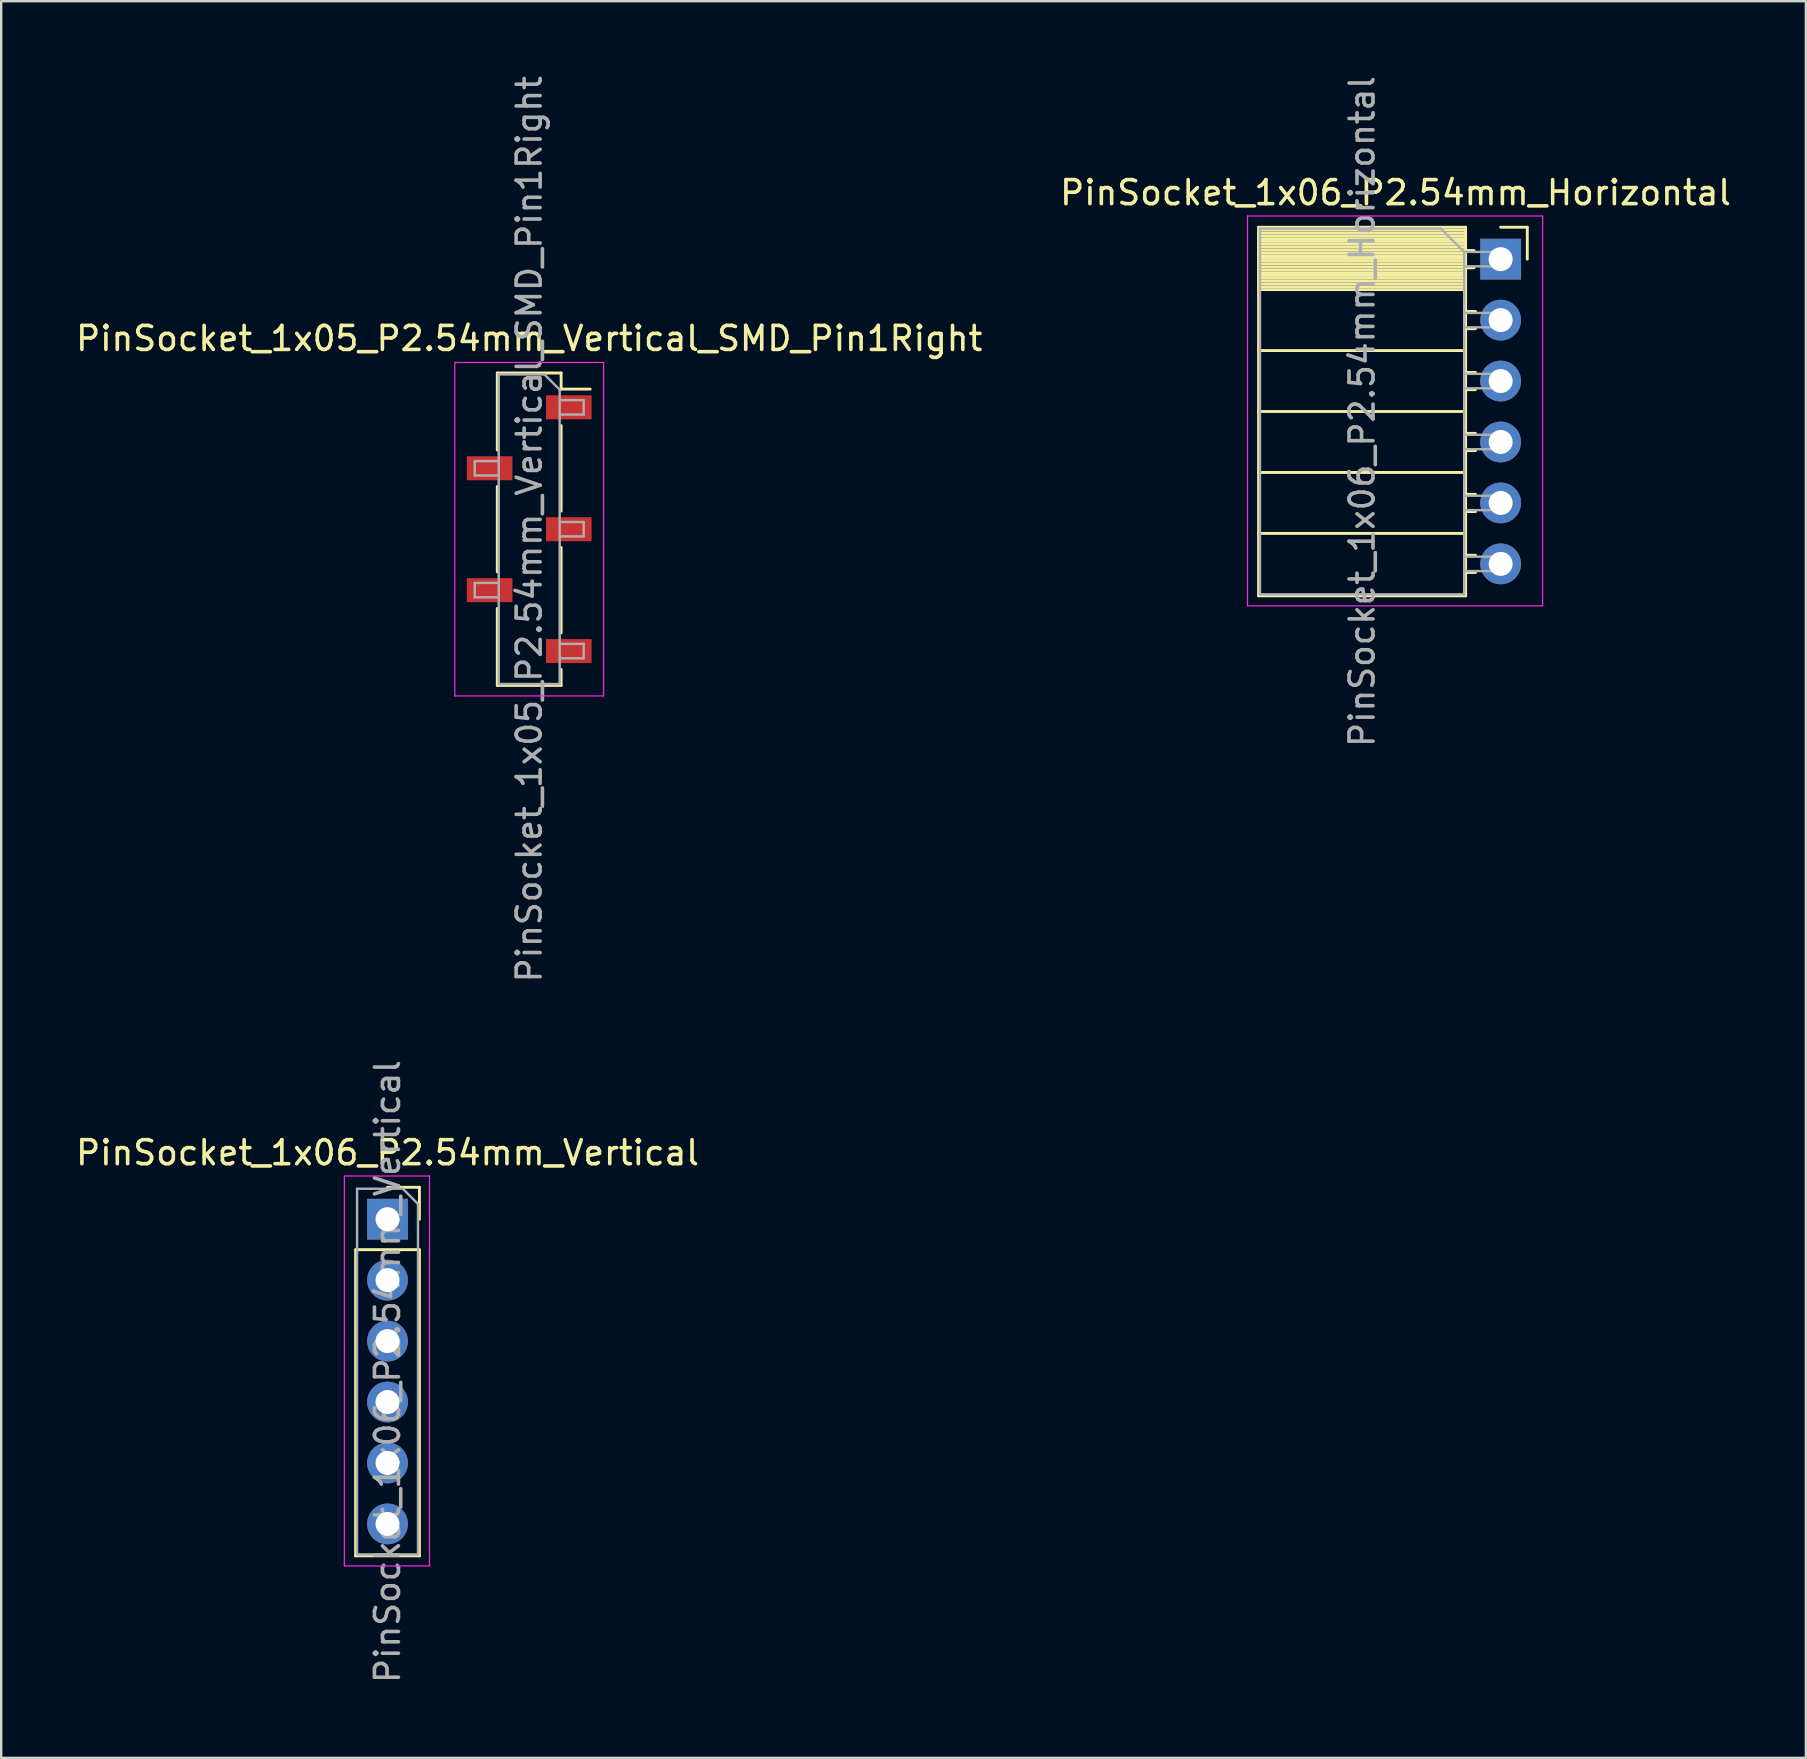
<source format=kicad_pcb>
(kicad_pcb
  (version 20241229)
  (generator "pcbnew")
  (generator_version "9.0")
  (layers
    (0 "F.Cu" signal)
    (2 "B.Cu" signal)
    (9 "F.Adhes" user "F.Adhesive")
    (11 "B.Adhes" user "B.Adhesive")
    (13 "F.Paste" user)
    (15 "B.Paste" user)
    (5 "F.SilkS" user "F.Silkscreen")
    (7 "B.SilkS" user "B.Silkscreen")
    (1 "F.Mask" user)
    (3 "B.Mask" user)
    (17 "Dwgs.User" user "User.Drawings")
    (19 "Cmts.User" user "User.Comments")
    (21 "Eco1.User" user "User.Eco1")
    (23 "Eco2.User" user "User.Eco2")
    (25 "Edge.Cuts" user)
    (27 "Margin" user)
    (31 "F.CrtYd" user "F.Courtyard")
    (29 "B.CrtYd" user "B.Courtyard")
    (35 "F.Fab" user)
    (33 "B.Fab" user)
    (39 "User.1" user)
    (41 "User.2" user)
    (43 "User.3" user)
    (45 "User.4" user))
  (footprint "PinSocket_1x05_P2.54mm_Vertical_SMD_Pin1Right"
    (layer "F.Cu")
    (at 19.006 19.006)
    (property "Reference" "PinSocket_1x05_P2.54mm_Vertical_SMD_Pin1Right" (at 0 -7.95 0) (layer "F.SilkS") (effects (font (size 1 1) (thickness 0.15))))
    (attr smd)
    (fp_line (start -1.33 -6.51) (end -1.33 -3.3) (stroke (width 0.12) (type solid)) (layer "F.SilkS"))
    (fp_line (start -1.33 -6.51) (end 1.33 -6.51) (stroke (width 0.12) (type solid)) (layer "F.SilkS"))
    (fp_line (start -1.33 -1.78) (end -1.33 1.78) (stroke (width 0.12) (type solid)) (layer "F.SilkS"))
    (fp_line (start -1.33 3.3) (end -1.33 6.51) (stroke (width 0.12) (type solid)) (layer "F.SilkS"))
    (fp_line (start -1.33 6.51) (end 1.33 6.51) (stroke (width 0.12) (type solid)) (layer "F.SilkS"))
    (fp_line (start 1.33 -6.51) (end 1.33 -5.84) (stroke (width 0.12) (type solid)) (layer "F.SilkS"))
    (fp_line (start 1.33 -5.84) (end 2.54 -5.84) (stroke (width 0.12) (type solid)) (layer "F.SilkS"))
    (fp_line (start 1.33 -4.32) (end 1.33 -0.76) (stroke (width 0.12) (type solid)) (layer "F.SilkS"))
    (fp_line (start 1.33 0.76) (end 1.33 4.32) (stroke (width 0.12) (type solid)) (layer "F.SilkS"))
    (fp_line (start 1.33 5.84) (end 1.33 6.51) (stroke (width 0.12) (type solid)) (layer "F.SilkS"))
    (fp_line (start -3.1 -6.95) (end 3.1 -6.95) (stroke (width 0.05) (type solid)) (layer "F.CrtYd"))
    (fp_line (start -3.1 6.95) (end -3.1 -6.95) (stroke (width 0.05) (type solid)) (layer "F.CrtYd"))
    (fp_line (start 3.1 -6.95) (end 3.1 6.95) (stroke (width 0.05) (type solid)) (layer "F.CrtYd"))
    (fp_line (start 3.1 6.95) (end -3.1 6.95) (stroke (width 0.05) (type solid)) (layer "F.CrtYd"))
    (fp_line (start -2.27 -2.84) (end -1.27 -2.84) (stroke (width 0.1) (type solid)) (layer "F.Fab"))
    (fp_line (start -2.27 -2.24) (end -2.27 -2.84) (stroke (width 0.1) (type solid)) (layer "F.Fab"))
    (fp_line (start -2.27 2.24) (end -1.27 2.24) (stroke (width 0.1) (type solid)) (layer "F.Fab"))
    (fp_line (start -2.27 2.84) (end -2.27 2.24) (stroke (width 0.1) (type solid)) (layer "F.Fab"))
    (fp_line (start -1.27 -6.45) (end 0.635 -6.45) (stroke (width 0.1) (type solid)) (layer "F.Fab"))
    (fp_line (start -1.27 -2.24) (end -2.27 -2.24) (stroke (width 0.1) (type solid)) (layer "F.Fab"))
    (fp_line (start -1.27 2.84) (end -2.27 2.84) (stroke (width 0.1) (type solid)) (layer "F.Fab"))
    (fp_line (start -1.27 6.45) (end -1.27 -6.45) (stroke (width 0.1) (type solid)) (layer "F.Fab"))
    (fp_line (start 0.635 -6.45) (end 1.27 -5.815) (stroke (width 0.1) (type solid)) (layer "F.Fab"))
    (fp_line (start 1.27 -5.815) (end 1.27 6.45) (stroke (width 0.1) (type solid)) (layer "F.Fab"))
    (fp_line (start 1.27 -5.38) (end 2.27 -5.38) (stroke (width 0.1) (type solid)) (layer "F.Fab"))
    (fp_line (start 1.27 -0.3) (end 2.27 -0.3) (stroke (width 0.1) (type solid)) (layer "F.Fab"))
    (fp_line (start 1.27 4.78) (end 2.27 4.78) (stroke (width 0.1) (type solid)) (layer "F.Fab"))
    (fp_line (start 1.27 6.45) (end -1.27 6.45) (stroke (width 0.1) (type solid)) (layer "F.Fab"))
    (fp_line (start 2.27 -5.38) (end 2.27 -4.78) (stroke (width 0.1) (type solid)) (layer "F.Fab"))
    (fp_line (start 2.27 -4.78) (end 1.27 -4.78) (stroke (width 0.1) (type solid)) (layer "F.Fab"))
    (fp_line (start 2.27 -0.3) (end 2.27 0.3) (stroke (width 0.1) (type solid)) (layer "F.Fab"))
    (fp_line (start 2.27 0.3) (end 1.27 0.3) (stroke (width 0.1) (type solid)) (layer "F.Fab"))
    (fp_line (start 2.27 4.78) (end 2.27 5.38) (stroke (width 0.1) (type solid)) (layer "F.Fab"))
    (fp_line (start 2.27 5.38) (end 1.27 5.38) (stroke (width 0.1) (type solid)) (layer "F.Fab"))
    (fp_text user "${REFERENCE}" (at 0 0 90) (layer "F.Fab") (effects (font (size 1 1) (thickness 0.15))))
    (pad "1" smd rect (at 1.65 -5.08) (size 1.9 1) (layers "F.Cu" "F.Mask" "F.Paste"))
    (pad "2" smd rect (at -1.65 -2.54) (size 1.9 1) (layers "F.Cu" "F.Mask" "F.Paste"))
    (pad "3" smd rect (at 1.65 0) (size 1.9 1) (layers "F.Cu" "F.Mask" "F.Paste"))
    (pad "4" smd rect (at -1.65 2.54) (size 1.9 1) (layers "F.Cu" "F.Mask" "F.Paste"))
    (pad "5" smd rect (at 1.65 5.08) (size 1.9 1) (layers "F.Cu" "F.Mask" "F.Paste")))
  (footprint "PinSocket_1x06_P2.54mm_Horizontal"
    (layer "F.Cu")
    (at 59.493 7.751)
    (property "Reference" "PinSocket_1x06_P2.54mm_Horizontal" (at -4.38 -2.77 0) (layer "F.SilkS") (effects (font (size 1 1) (thickness 0.15))))
    (attr through_hole)
    (fp_line (start -10.09 -1.33) (end -10.09 14.03) (stroke (width 0.12) (type solid)) (layer "F.SilkS"))
    (fp_line (start -10.09 -1.33) (end -1.46 -1.33) (stroke (width 0.12) (type solid)) (layer "F.SilkS"))
    (fp_line (start -10.09 -1.21) (end -1.46 -1.21) (stroke (width 0.12) (type solid)) (layer "F.SilkS"))
    (fp_line (start -10.09 -1.092) (end -1.46 -1.092) (stroke (width 0.12) (type solid)) (layer "F.SilkS"))
    (fp_line (start -10.09 -0.974) (end -1.46 -0.974) (stroke (width 0.12) (type solid)) (layer "F.SilkS"))
    (fp_line (start -10.09 -0.856) (end -1.46 -0.856) (stroke (width 0.12) (type solid)) (layer "F.SilkS"))
    (fp_line (start -10.09 -0.738) (end -1.46 -0.738) (stroke (width 0.12) (type solid)) (layer "F.SilkS"))
    (fp_line (start -10.09 -0.62) (end -1.46 -0.62) (stroke (width 0.12) (type solid)) (layer "F.SilkS"))
    (fp_line (start -10.09 -0.501) (end -1.46 -0.501) (stroke (width 0.12) (type solid)) (layer "F.SilkS"))
    (fp_line (start -10.09 -0.383) (end -1.46 -0.383) (stroke (width 0.12) (type solid)) (layer "F.SilkS"))
    (fp_line (start -10.09 -0.265) (end -1.46 -0.265) (stroke (width 0.12) (type solid)) (layer "F.SilkS"))
    (fp_line (start -10.09 -0.147) (end -1.46 -0.147) (stroke (width 0.12) (type solid)) (layer "F.SilkS"))
    (fp_line (start -10.09 -0.029) (end -1.46 -0.029) (stroke (width 0.12) (type solid)) (layer "F.SilkS"))
    (fp_line (start -10.09 0.089) (end -1.46 0.089) (stroke (width 0.12) (type solid)) (layer "F.SilkS"))
    (fp_line (start -10.09 0.207) (end -1.46 0.207) (stroke (width 0.12) (type solid)) (layer "F.SilkS"))
    (fp_line (start -10.09 0.325) (end -1.46 0.325) (stroke (width 0.12) (type solid)) (layer "F.SilkS"))
    (fp_line (start -10.09 0.443) (end -1.46 0.443) (stroke (width 0.12) (type solid)) (layer "F.SilkS"))
    (fp_line (start -10.09 0.561) (end -1.46 0.561) (stroke (width 0.12) (type solid)) (layer "F.SilkS"))
    (fp_line (start -10.09 0.68) (end -1.46 0.68) (stroke (width 0.12) (type solid)) (layer "F.SilkS"))
    (fp_line (start -10.09 0.798) (end -1.46 0.798) (stroke (width 0.12) (type solid)) (layer "F.SilkS"))
    (fp_line (start -10.09 0.916) (end -1.46 0.916) (stroke (width 0.12) (type solid)) (layer "F.SilkS"))
    (fp_line (start -10.09 1.034) (end -1.46 1.034) (stroke (width 0.12) (type solid)) (layer "F.SilkS"))
    (fp_line (start -10.09 1.152) (end -1.46 1.152) (stroke (width 0.12) (type solid)) (layer "F.SilkS"))
    (fp_line (start -10.09 1.27) (end -1.46 1.27) (stroke (width 0.12) (type solid)) (layer "F.SilkS"))
    (fp_line (start -10.09 3.81) (end -1.46 3.81) (stroke (width 0.12) (type solid)) (layer "F.SilkS"))
    (fp_line (start -10.09 6.35) (end -1.46 6.35) (stroke (width 0.12) (type solid)) (layer "F.SilkS"))
    (fp_line (start -10.09 8.89) (end -1.46 8.89) (stroke (width 0.12) (type solid)) (layer "F.SilkS"))
    (fp_line (start -10.09 11.43) (end -1.46 11.43) (stroke (width 0.12) (type solid)) (layer "F.SilkS"))
    (fp_line (start -10.09 14.03) (end -1.46 14.03) (stroke (width 0.12) (type solid)) (layer "F.SilkS"))
    (fp_line (start -1.46 -1.33) (end -1.46 14.03) (stroke (width 0.12) (type solid)) (layer "F.SilkS"))
    (fp_line (start -1.46 -0.36) (end -1.11 -0.36) (stroke (width 0.12) (type solid)) (layer "F.SilkS"))
    (fp_line (start -1.46 0.36) (end -1.11 0.36) (stroke (width 0.12) (type solid)) (layer "F.SilkS"))
    (fp_line (start -1.46 2.18) (end -1.05 2.18) (stroke (width 0.12) (type solid)) (layer "F.SilkS"))
    (fp_line (start -1.46 2.9) (end -1.05 2.9) (stroke (width 0.12) (type solid)) (layer "F.SilkS"))
    (fp_line (start -1.46 4.72) (end -1.05 4.72) (stroke (width 0.12) (type solid)) (layer "F.SilkS"))
    (fp_line (start -1.46 5.44) (end -1.05 5.44) (stroke (width 0.12) (type solid)) (layer "F.SilkS"))
    (fp_line (start -1.46 7.26) (end -1.05 7.26) (stroke (width 0.12) (type solid)) (layer "F.SilkS"))
    (fp_line (start -1.46 7.98) (end -1.05 7.98) (stroke (width 0.12) (type solid)) (layer "F.SilkS"))
    (fp_line (start -1.46 9.8) (end -1.05 9.8) (stroke (width 0.12) (type solid)) (layer "F.SilkS"))
    (fp_line (start -1.46 10.52) (end -1.05 10.52) (stroke (width 0.12) (type solid)) (layer "F.SilkS"))
    (fp_line (start -1.46 12.34) (end -1.05 12.34) (stroke (width 0.12) (type solid)) (layer "F.SilkS"))
    (fp_line (start -1.46 13.06) (end -1.05 13.06) (stroke (width 0.12) (type solid)) (layer "F.SilkS"))
    (fp_line (start 0 -1.33) (end 1.11 -1.33) (stroke (width 0.12) (type solid)) (layer "F.SilkS"))
    (fp_line (start 1.11 -1.33) (end 1.11 0) (stroke (width 0.12) (type solid)) (layer "F.SilkS"))
    (fp_line (start -10.55 -1.8) (end -10.55 14.45) (stroke (width 0.05) (type solid)) (layer "F.CrtYd"))
    (fp_line (start -10.55 14.45) (end 1.75 14.45) (stroke (width 0.05) (type solid)) (layer "F.CrtYd"))
    (fp_line (start 1.75 -1.8) (end -10.55 -1.8) (stroke (width 0.05) (type solid)) (layer "F.CrtYd"))
    (fp_line (start 1.75 14.45) (end 1.75 -1.8) (stroke (width 0.05) (type solid)) (layer "F.CrtYd"))
    (fp_line (start -10.03 -1.27) (end -2.49 -1.27) (stroke (width 0.1) (type solid)) (layer "F.Fab"))
    (fp_line (start -10.03 13.97) (end -10.03 -1.27) (stroke (width 0.1) (type solid)) (layer "F.Fab"))
    (fp_line (start -2.49 -1.27) (end -1.52 -0.3) (stroke (width 0.1) (type solid)) (layer "F.Fab"))
    (fp_line (start -1.52 -0.3) (end -1.52 13.97) (stroke (width 0.1) (type solid)) (layer "F.Fab"))
    (fp_line (start -1.52 0.3) (end 0 0.3) (stroke (width 0.1) (type solid)) (layer "F.Fab"))
    (fp_line (start -1.52 2.84) (end 0 2.84) (stroke (width 0.1) (type solid)) (layer "F.Fab"))
    (fp_line (start -1.52 5.38) (end 0 5.38) (stroke (width 0.1) (type solid)) (layer "F.Fab"))
    (fp_line (start -1.52 7.92) (end 0 7.92) (stroke (width 0.1) (type solid)) (layer "F.Fab"))
    (fp_line (start -1.52 10.46) (end 0 10.46) (stroke (width 0.1) (type solid)) (layer "F.Fab"))
    (fp_line (start -1.52 13) (end 0 13) (stroke (width 0.1) (type solid)) (layer "F.Fab"))
    (fp_line (start -1.52 13.97) (end -10.03 13.97) (stroke (width 0.1) (type solid)) (layer "F.Fab"))
    (fp_line (start 0 -0.3) (end -1.52 -0.3) (stroke (width 0.1) (type solid)) (layer "F.Fab"))
    (fp_line (start 0 0.3) (end 0 -0.3) (stroke (width 0.1) (type solid)) (layer "F.Fab"))
    (fp_line (start 0 2.24) (end -1.52 2.24) (stroke (width 0.1) (type solid)) (layer "F.Fab"))
    (fp_line (start 0 2.84) (end 0 2.24) (stroke (width 0.1) (type solid)) (layer "F.Fab"))
    (fp_line (start 0 4.78) (end -1.52 4.78) (stroke (width 0.1) (type solid)) (layer "F.Fab"))
    (fp_line (start 0 5.38) (end 0 4.78) (stroke (width 0.1) (type solid)) (layer "F.Fab"))
    (fp_line (start 0 7.32) (end -1.52 7.32) (stroke (width 0.1) (type solid)) (layer "F.Fab"))
    (fp_line (start 0 7.92) (end 0 7.32) (stroke (width 0.1) (type solid)) (layer "F.Fab"))
    (fp_line (start 0 9.86) (end -1.52 9.86) (stroke (width 0.1) (type solid)) (layer "F.Fab"))
    (fp_line (start 0 10.46) (end 0 9.86) (stroke (width 0.1) (type solid)) (layer "F.Fab"))
    (fp_line (start 0 12.4) (end -1.52 12.4) (stroke (width 0.1) (type solid)) (layer "F.Fab"))
    (fp_line (start 0 13) (end 0 12.4) (stroke (width 0.1) (type solid)) (layer "F.Fab"))
    (fp_text user "${REFERENCE}" (at -5.775 6.35 90) (layer "F.Fab") (effects (font (size 1 1) (thickness 0.15))))
    (pad "1" thru_hole rect (at 0 0) (size 1.7 1.7) (drill 1) (layers "*.Cu" "*.Mask"))
    (pad "2" thru_hole circle (at 0 2.54) (size 1.7 1.7) (drill 1) (layers "*.Cu" "*.Mask"))
    (pad "3" thru_hole circle (at 0 5.08) (size 1.7 1.7) (drill 1) (layers "*.Cu" "*.Mask"))
    (pad "4" thru_hole circle (at 0 7.62) (size 1.7 1.7) (drill 1) (layers "*.Cu" "*.Mask"))
    (pad "5" thru_hole circle (at 0 10.16) (size 1.7 1.7) (drill 1) (layers "*.Cu" "*.Mask"))
    (pad "6" thru_hole circle (at 0 12.7) (size 1.7 1.7) (drill 1) (layers "*.Cu" "*.Mask")))
  (footprint "PinSocket_1x06_P2.54mm_Vertical"
    (layer "F.Cu")
    (at 13.101 47.763)
    (property "Reference" "PinSocket_1x06_P2.54mm_Vertical" (at 0 -2.77 0) (layer "F.SilkS") (effects (font (size 1 1) (thickness 0.15))))
    (attr through_hole)
    (fp_line (start -1.33 1.27) (end -1.33 14.03) (stroke (width 0.12) (type solid)) (layer "F.SilkS"))
    (fp_line (start -1.33 1.27) (end 1.33 1.27) (stroke (width 0.12) (type solid)) (layer "F.SilkS"))
    (fp_line (start -1.33 14.03) (end 1.33 14.03) (stroke (width 0.12) (type solid)) (layer "F.SilkS"))
    (fp_line (start 0 -1.33) (end 1.33 -1.33) (stroke (width 0.12) (type solid)) (layer "F.SilkS"))
    (fp_line (start 1.33 -1.33) (end 1.33 0) (stroke (width 0.12) (type solid)) (layer "F.SilkS"))
    (fp_line (start 1.33 1.27) (end 1.33 14.03) (stroke (width 0.12) (type solid)) (layer "F.SilkS"))
    (fp_line (start -1.8 -1.8) (end 1.75 -1.8) (stroke (width 0.05) (type solid)) (layer "F.CrtYd"))
    (fp_line (start -1.8 14.45) (end -1.8 -1.8) (stroke (width 0.05) (type solid)) (layer "F.CrtYd"))
    (fp_line (start 1.75 -1.8) (end 1.75 14.45) (stroke (width 0.05) (type solid)) (layer "F.CrtYd"))
    (fp_line (start 1.75 14.45) (end -1.8 14.45) (stroke (width 0.05) (type solid)) (layer "F.CrtYd"))
    (fp_line (start -1.27 -1.27) (end 0.635 -1.27) (stroke (width 0.1) (type solid)) (layer "F.Fab"))
    (fp_line (start -1.27 13.97) (end -1.27 -1.27) (stroke (width 0.1) (type solid)) (layer "F.Fab"))
    (fp_line (start 0.635 -1.27) (end 1.27 -0.635) (stroke (width 0.1) (type solid)) (layer "F.Fab"))
    (fp_line (start 1.27 -0.635) (end 1.27 13.97) (stroke (width 0.1) (type solid)) (layer "F.Fab"))
    (fp_line (start 1.27 13.97) (end -1.27 13.97) (stroke (width 0.1) (type solid)) (layer "F.Fab"))
    (fp_text user "${REFERENCE}" (at 0 6.35 90) (layer "F.Fab") (effects (font (size 1 1) (thickness 0.15))))
    (pad "1" thru_hole rect (at 0 0) (size 1.7 1.7) (drill 1) (layers "*.Cu" "*.Mask"))
    (pad "2" thru_hole circle (at 0 2.54) (size 1.7 1.7) (drill 1) (layers "*.Cu" "*.Mask"))
    (pad "3" thru_hole circle (at 0 5.08) (size 1.7 1.7) (drill 1) (layers "*.Cu" "*.Mask"))
    (pad "4" thru_hole circle (at 0 7.62) (size 1.7 1.7) (drill 1) (layers "*.Cu" "*.Mask"))
    (pad "5" thru_hole circle (at 0 10.16) (size 1.7 1.7) (drill 1) (layers "*.Cu" "*.Mask"))
    (pad "6" thru_hole circle (at 0 12.7) (size 1.7 1.7) (drill 1) (layers "*.Cu" "*.Mask")))
  (gr_rect
    (start -3 -3)
    (end 72.214 70.214)
    (stroke (width 0.1) (type default))
    (fill no)
    (layer "Edge.Cuts")))
</source>
